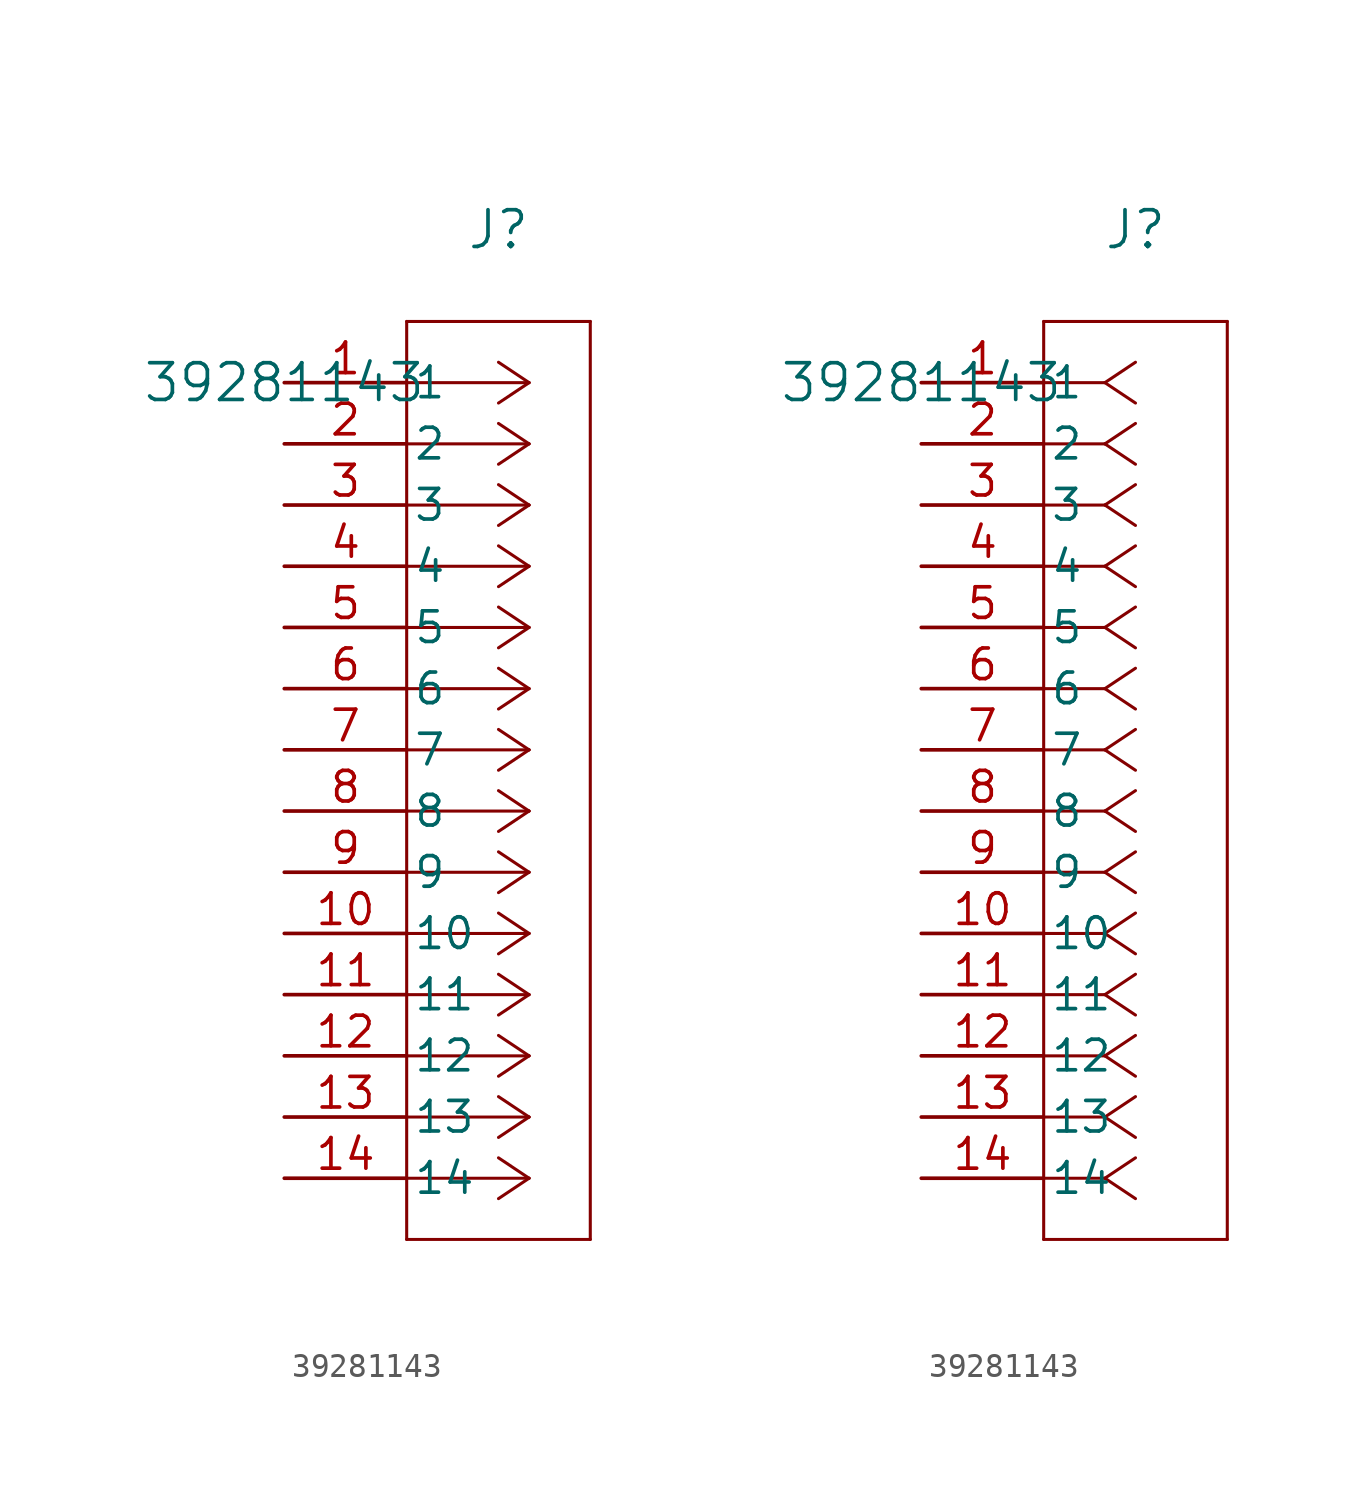
<source format=kicad_sym>
(kicad_symbol_lib
  (version 20211014)
  (generator kicad_symbol_editor)
  (symbol "39281143"
    (pin_names
      (offset 0.254))
    (property "Reference" "J"
      (at 8.89 6.35 0)
      (effects (font (size 1.524 1.524))))
    (property "Value" "39281143"
      (at 0 0 0)
      (effects (font (size 1.524 1.524))))
    (symbol "39281143_1_1"
      (polyline (pts (xy 10.16 0) (xy 5.08 0)) (stroke (width 0.127) (type default) (color 0 0 0 0)) (fill (type none)))
      (polyline (pts (xy 10.16 -2.54) (xy 5.08 -2.54)) (stroke (width 0.127) (type default) (color 0 0 0 0)) (fill (type none)))
      (polyline (pts (xy 10.16 -5.08) (xy 5.08 -5.08)) (stroke (width 0.127) (type default) (color 0 0 0 0)) (fill (type none)))
      (polyline (pts (xy 10.16 -7.62) (xy 5.08 -7.62)) (stroke (width 0.127) (type default) (color 0 0 0 0)) (fill (type none)))
      (polyline (pts (xy 10.16 -10.16) (xy 5.08 -10.16)) (stroke (width 0.127) (type default) (color 0 0 0 0)) (fill (type none)))
      (polyline (pts (xy 10.16 -12.7) (xy 5.08 -12.7)) (stroke (width 0.127) (type default) (color 0 0 0 0)) (fill (type none)))
      (polyline (pts (xy 10.16 -15.24) (xy 5.08 -15.24)) (stroke (width 0.127) (type default) (color 0 0 0 0)) (fill (type none)))
      (polyline (pts (xy 10.16 -17.78) (xy 5.08 -17.78)) (stroke (width 0.127) (type default) (color 0 0 0 0)) (fill (type none)))
      (polyline (pts (xy 10.16 -20.32) (xy 5.08 -20.32)) (stroke (width 0.127) (type default) (color 0 0 0 0)) (fill (type none)))
      (polyline (pts (xy 10.16 -22.86) (xy 5.08 -22.86)) (stroke (width 0.127) (type default) (color 0 0 0 0)) (fill (type none)))
      (polyline (pts (xy 10.16 -25.4) (xy 5.08 -25.4)) (stroke (width 0.127) (type default) (color 0 0 0 0)) (fill (type none)))
      (polyline (pts (xy 10.16 -27.94) (xy 5.08 -27.94)) (stroke (width 0.127) (type default) (color 0 0 0 0)) (fill (type none)))
      (polyline (pts (xy 10.16 -30.48) (xy 5.08 -30.48)) (stroke (width 0.127) (type default) (color 0 0 0 0)) (fill (type none)))
      (polyline (pts (xy 10.16 -33.02) (xy 5.08 -33.02)) (stroke (width 0.127) (type default) (color 0 0 0 0)) (fill (type none)))
      (polyline (pts (xy 10.16 0) (xy 8.89 0.847)) (stroke (width 0.127) (type default) (color 0 0 0 0)) (fill (type none)))
      (polyline (pts (xy 10.16 -2.54) (xy 8.89 -1.693)) (stroke (width 0.127) (type default) (color 0 0 0 0)) (fill (type none)))
      (polyline (pts (xy 10.16 -5.08) (xy 8.89 -4.233)) (stroke (width 0.127) (type default) (color 0 0 0 0)) (fill (type none)))
      (polyline (pts (xy 10.16 -7.62) (xy 8.89 -6.773)) (stroke (width 0.127) (type default) (color 0 0 0 0)) (fill (type none)))
      (polyline (pts (xy 10.16 -10.16) (xy 8.89 -9.313)) (stroke (width 0.127) (type default) (color 0 0 0 0)) (fill (type none)))
      (polyline (pts (xy 10.16 -12.7) (xy 8.89 -11.853)) (stroke (width 0.127) (type default) (color 0 0 0 0)) (fill (type none)))
      (polyline (pts (xy 10.16 -15.24) (xy 8.89 -14.393)) (stroke (width 0.127) (type default) (color 0 0 0 0)) (fill (type none)))
      (polyline (pts (xy 10.16 -17.78) (xy 8.89 -16.933)) (stroke (width 0.127) (type default) (color 0 0 0 0)) (fill (type none)))
      (polyline (pts (xy 10.16 -20.32) (xy 8.89 -19.473)) (stroke (width 0.127) (type default) (color 0 0 0 0)) (fill (type none)))
      (polyline (pts (xy 10.16 -22.86) (xy 8.89 -22.013)) (stroke (width 0.127) (type default) (color 0 0 0 0)) (fill (type none)))
      (polyline (pts (xy 10.16 -25.4) (xy 8.89 -24.553)) (stroke (width 0.127) (type default) (color 0 0 0 0)) (fill (type none)))
      (polyline (pts (xy 10.16 -27.94) (xy 8.89 -27.093)) (stroke (width 0.127) (type default) (color 0 0 0 0)) (fill (type none)))
      (polyline (pts (xy 10.16 -30.48) (xy 8.89 -29.633)) (stroke (width 0.127) (type default) (color 0 0 0 0)) (fill (type none)))
      (polyline (pts (xy 10.16 -33.02) (xy 8.89 -32.173)) (stroke (width 0.127) (type default) (color 0 0 0 0)) (fill (type none)))
      (polyline (pts (xy 10.16 0) (xy 8.89 -0.847)) (stroke (width 0.127) (type default) (color 0 0 0 0)) (fill (type none)))
      (polyline (pts (xy 10.16 -2.54) (xy 8.89 -3.387)) (stroke (width 0.127) (type default) (color 0 0 0 0)) (fill (type none)))
      (polyline (pts (xy 10.16 -5.08) (xy 8.89 -5.927)) (stroke (width 0.127) (type default) (color 0 0 0 0)) (fill (type none)))
      (polyline (pts (xy 10.16 -7.62) (xy 8.89 -8.467)) (stroke (width 0.127) (type default) (color 0 0 0 0)) (fill (type none)))
      (polyline (pts (xy 10.16 -10.16) (xy 8.89 -11.007)) (stroke (width 0.127) (type default) (color 0 0 0 0)) (fill (type none)))
      (polyline (pts (xy 10.16 -12.7) (xy 8.89 -13.547)) (stroke (width 0.127) (type default) (color 0 0 0 0)) (fill (type none)))
      (polyline (pts (xy 10.16 -15.24) (xy 8.89 -16.087)) (stroke (width 0.127) (type default) (color 0 0 0 0)) (fill (type none)))
      (polyline (pts (xy 10.16 -17.78) (xy 8.89 -18.627)) (stroke (width 0.127) (type default) (color 0 0 0 0)) (fill (type none)))
      (polyline (pts (xy 10.16 -20.32) (xy 8.89 -21.167)) (stroke (width 0.127) (type default) (color 0 0 0 0)) (fill (type none)))
      (polyline (pts (xy 10.16 -22.86) (xy 8.89 -23.707)) (stroke (width 0.127) (type default) (color 0 0 0 0)) (fill (type none)))
      (polyline (pts (xy 10.16 -25.4) (xy 8.89 -26.247)) (stroke (width 0.127) (type default) (color 0 0 0 0)) (fill (type none)))
      (polyline (pts (xy 10.16 -27.94) (xy 8.89 -28.787)) (stroke (width 0.127) (type default) (color 0 0 0 0)) (fill (type none)))
      (polyline (pts (xy 10.16 -30.48) (xy 8.89 -31.327)) (stroke (width 0.127) (type default) (color 0 0 0 0)) (fill (type none)))
      (polyline (pts (xy 10.16 -33.02) (xy 8.89 -33.867)) (stroke (width 0.127) (type default) (color 0 0 0 0)) (fill (type none)))
      (polyline (pts (xy 5.08 2.54) (xy 5.08 -35.56)) (stroke (width 0.127) (type default) (color 0 0 0 0)) (fill (type none)))
      (polyline (pts (xy 5.08 -35.56) (xy 12.7 -35.56)) (stroke (width 0.127) (type default) (color 0 0 0 0)) (fill (type none)))
      (polyline (pts (xy 12.7 -35.56) (xy 12.7 2.54)) (stroke (width 0.127) (type default) (color 0 0 0 0)) (fill (type none)))
      (polyline (pts (xy 12.7 2.54) (xy 5.08 2.54)) (stroke (width 0.127) (type default) (color 0 0 0 0)) (fill (type none)))
      (pin unspecified line (at 0 0 0) (length 5.08) (name "1" (effects (font (size 1.27 1.27)))) (number "1" (effects (font (size 1.27 1.27)))))
      (pin unspecified line (at 0 -2.54 0) (length 5.08) (name "2" (effects (font (size 1.27 1.27)))) (number "2" (effects (font (size 1.27 1.27)))))
      (pin unspecified line (at 0 -5.08 0) (length 5.08) (name "3" (effects (font (size 1.27 1.27)))) (number "3" (effects (font (size 1.27 1.27)))))
      (pin unspecified line (at 0 -7.62 0) (length 5.08) (name "4" (effects (font (size 1.27 1.27)))) (number "4" (effects (font (size 1.27 1.27)))))
      (pin unspecified line (at 0 -10.16 0) (length 5.08) (name "5" (effects (font (size 1.27 1.27)))) (number "5" (effects (font (size 1.27 1.27)))))
      (pin unspecified line (at 0 -12.7 0) (length 5.08) (name "6" (effects (font (size 1.27 1.27)))) (number "6" (effects (font (size 1.27 1.27)))))
      (pin unspecified line (at 0 -15.24 0) (length 5.08) (name "7" (effects (font (size 1.27 1.27)))) (number "7" (effects (font (size 1.27 1.27)))))
      (pin unspecified line (at 0 -17.78 0) (length 5.08) (name "8" (effects (font (size 1.27 1.27)))) (number "8" (effects (font (size 1.27 1.27)))))
      (pin unspecified line (at 0 -20.32 0) (length 5.08) (name "9" (effects (font (size 1.27 1.27)))) (number "9" (effects (font (size 1.27 1.27)))))
      (pin unspecified line (at 0 -22.86 0) (length 5.08) (name "10" (effects (font (size 1.27 1.27)))) (number "10" (effects (font (size 1.27 1.27)))))
      (pin unspecified line (at 0 -25.4 0) (length 5.08) (name "11" (effects (font (size 1.27 1.27)))) (number "11" (effects (font (size 1.27 1.27)))))
      (pin unspecified line (at 0 -27.94 0) (length 5.08) (name "12" (effects (font (size 1.27 1.27)))) (number "12" (effects (font (size 1.27 1.27)))))
      (pin unspecified line (at 0 -30.48 0) (length 5.08) (name "13" (effects (font (size 1.27 1.27)))) (number "13" (effects (font (size 1.27 1.27)))))
      (pin unspecified line (at 0 -33.02 0) (length 5.08) (name "14" (effects (font (size 1.27 1.27)))) (number "14" (effects (font (size 1.27 1.27))))))
    (symbol "39281143_1_2"
      (polyline (pts (xy 7.62 0) (xy 5.08 0)) (stroke (width 0.127) (type default) (color 0 0 0 0)) (fill (type none)))
      (polyline (pts (xy 7.62 -2.54) (xy 5.08 -2.54)) (stroke (width 0.127) (type default) (color 0 0 0 0)) (fill (type none)))
      (polyline (pts (xy 7.62 -5.08) (xy 5.08 -5.08)) (stroke (width 0.127) (type default) (color 0 0 0 0)) (fill (type none)))
      (polyline (pts (xy 7.62 -7.62) (xy 5.08 -7.62)) (stroke (width 0.127) (type default) (color 0 0 0 0)) (fill (type none)))
      (polyline (pts (xy 7.62 -10.16) (xy 5.08 -10.16)) (stroke (width 0.127) (type default) (color 0 0 0 0)) (fill (type none)))
      (polyline (pts (xy 7.62 -12.7) (xy 5.08 -12.7)) (stroke (width 0.127) (type default) (color 0 0 0 0)) (fill (type none)))
      (polyline (pts (xy 7.62 -15.24) (xy 5.08 -15.24)) (stroke (width 0.127) (type default) (color 0 0 0 0)) (fill (type none)))
      (polyline (pts (xy 7.62 -17.78) (xy 5.08 -17.78)) (stroke (width 0.127) (type default) (color 0 0 0 0)) (fill (type none)))
      (polyline (pts (xy 7.62 -20.32) (xy 5.08 -20.32)) (stroke (width 0.127) (type default) (color 0 0 0 0)) (fill (type none)))
      (polyline (pts (xy 7.62 -22.86) (xy 5.08 -22.86)) (stroke (width 0.127) (type default) (color 0 0 0 0)) (fill (type none)))
      (polyline (pts (xy 7.62 -25.4) (xy 5.08 -25.4)) (stroke (width 0.127) (type default) (color 0 0 0 0)) (fill (type none)))
      (polyline (pts (xy 7.62 -27.94) (xy 5.08 -27.94)) (stroke (width 0.127) (type default) (color 0 0 0 0)) (fill (type none)))
      (polyline (pts (xy 7.62 -30.48) (xy 5.08 -30.48)) (stroke (width 0.127) (type default) (color 0 0 0 0)) (fill (type none)))
      (polyline (pts (xy 7.62 -33.02) (xy 5.08 -33.02)) (stroke (width 0.127) (type default) (color 0 0 0 0)) (fill (type none)))
      (polyline (pts (xy 7.62 0) (xy 8.89 0.847)) (stroke (width 0.127) (type default) (color 0 0 0 0)) (fill (type none)))
      (polyline (pts (xy 7.62 -2.54) (xy 8.89 -1.693)) (stroke (width 0.127) (type default) (color 0 0 0 0)) (fill (type none)))
      (polyline (pts (xy 7.62 -5.08) (xy 8.89 -4.233)) (stroke (width 0.127) (type default) (color 0 0 0 0)) (fill (type none)))
      (polyline (pts (xy 7.62 -7.62) (xy 8.89 -6.773)) (stroke (width 0.127) (type default) (color 0 0 0 0)) (fill (type none)))
      (polyline (pts (xy 7.62 -10.16) (xy 8.89 -9.313)) (stroke (width 0.127) (type default) (color 0 0 0 0)) (fill (type none)))
      (polyline (pts (xy 7.62 -12.7) (xy 8.89 -11.853)) (stroke (width 0.127) (type default) (color 0 0 0 0)) (fill (type none)))
      (polyline (pts (xy 7.62 -15.24) (xy 8.89 -14.393)) (stroke (width 0.127) (type default) (color 0 0 0 0)) (fill (type none)))
      (polyline (pts (xy 7.62 -17.78) (xy 8.89 -16.933)) (stroke (width 0.127) (type default) (color 0 0 0 0)) (fill (type none)))
      (polyline (pts (xy 7.62 -20.32) (xy 8.89 -19.473)) (stroke (width 0.127) (type default) (color 0 0 0 0)) (fill (type none)))
      (polyline (pts (xy 7.62 -22.86) (xy 8.89 -22.013)) (stroke (width 0.127) (type default) (color 0 0 0 0)) (fill (type none)))
      (polyline (pts (xy 7.62 -25.4) (xy 8.89 -24.553)) (stroke (width 0.127) (type default) (color 0 0 0 0)) (fill (type none)))
      (polyline (pts (xy 7.62 -27.94) (xy 8.89 -27.093)) (stroke (width 0.127) (type default) (color 0 0 0 0)) (fill (type none)))
      (polyline (pts (xy 7.62 -30.48) (xy 8.89 -29.633)) (stroke (width 0.127) (type default) (color 0 0 0 0)) (fill (type none)))
      (polyline (pts (xy 7.62 -33.02) (xy 8.89 -32.173)) (stroke (width 0.127) (type default) (color 0 0 0 0)) (fill (type none)))
      (polyline (pts (xy 7.62 0) (xy 8.89 -0.847)) (stroke (width 0.127) (type default) (color 0 0 0 0)) (fill (type none)))
      (polyline (pts (xy 7.62 -2.54) (xy 8.89 -3.387)) (stroke (width 0.127) (type default) (color 0 0 0 0)) (fill (type none)))
      (polyline (pts (xy 7.62 -5.08) (xy 8.89 -5.927)) (stroke (width 0.127) (type default) (color 0 0 0 0)) (fill (type none)))
      (polyline (pts (xy 7.62 -7.62) (xy 8.89 -8.467)) (stroke (width 0.127) (type default) (color 0 0 0 0)) (fill (type none)))
      (polyline (pts (xy 7.62 -10.16) (xy 8.89 -11.007)) (stroke (width 0.127) (type default) (color 0 0 0 0)) (fill (type none)))
      (polyline (pts (xy 7.62 -12.7) (xy 8.89 -13.547)) (stroke (width 0.127) (type default) (color 0 0 0 0)) (fill (type none)))
      (polyline (pts (xy 7.62 -15.24) (xy 8.89 -16.087)) (stroke (width 0.127) (type default) (color 0 0 0 0)) (fill (type none)))
      (polyline (pts (xy 7.62 -17.78) (xy 8.89 -18.627)) (stroke (width 0.127) (type default) (color 0 0 0 0)) (fill (type none)))
      (polyline (pts (xy 7.62 -20.32) (xy 8.89 -21.167)) (stroke (width 0.127) (type default) (color 0 0 0 0)) (fill (type none)))
      (polyline (pts (xy 7.62 -22.86) (xy 8.89 -23.707)) (stroke (width 0.127) (type default) (color 0 0 0 0)) (fill (type none)))
      (polyline (pts (xy 7.62 -25.4) (xy 8.89 -26.247)) (stroke (width 0.127) (type default) (color 0 0 0 0)) (fill (type none)))
      (polyline (pts (xy 7.62 -27.94) (xy 8.89 -28.787)) (stroke (width 0.127) (type default) (color 0 0 0 0)) (fill (type none)))
      (polyline (pts (xy 7.62 -30.48) (xy 8.89 -31.327)) (stroke (width 0.127) (type default) (color 0 0 0 0)) (fill (type none)))
      (polyline (pts (xy 7.62 -33.02) (xy 8.89 -33.867)) (stroke (width 0.127) (type default) (color 0 0 0 0)) (fill (type none)))
      (polyline (pts (xy 5.08 2.54) (xy 5.08 -35.56)) (stroke (width 0.127) (type default) (color 0 0 0 0)) (fill (type none)))
      (polyline (pts (xy 5.08 -35.56) (xy 12.7 -35.56)) (stroke (width 0.127) (type default) (color 0 0 0 0)) (fill (type none)))
      (polyline (pts (xy 12.7 -35.56) (xy 12.7 2.54)) (stroke (width 0.127) (type default) (color 0 0 0 0)) (fill (type none)))
      (polyline (pts (xy 12.7 2.54) (xy 5.08 2.54)) (stroke (width 0.127) (type default) (color 0 0 0 0)) (fill (type none)))
      (pin unspecified line (at 0 0 0) (length 5.08) (name "1" (effects (font (size 1.27 1.27)))) (number "1" (effects (font (size 1.27 1.27)))))
      (pin unspecified line (at 0 -2.54 0) (length 5.08) (name "2" (effects (font (size 1.27 1.27)))) (number "2" (effects (font (size 1.27 1.27)))))
      (pin unspecified line (at 0 -5.08 0) (length 5.08) (name "3" (effects (font (size 1.27 1.27)))) (number "3" (effects (font (size 1.27 1.27)))))
      (pin unspecified line (at 0 -7.62 0) (length 5.08) (name "4" (effects (font (size 1.27 1.27)))) (number "4" (effects (font (size 1.27 1.27)))))
      (pin unspecified line (at 0 -10.16 0) (length 5.08) (name "5" (effects (font (size 1.27 1.27)))) (number "5" (effects (font (size 1.27 1.27)))))
      (pin unspecified line (at 0 -12.7 0) (length 5.08) (name "6" (effects (font (size 1.27 1.27)))) (number "6" (effects (font (size 1.27 1.27)))))
      (pin unspecified line (at 0 -15.24 0) (length 5.08) (name "7" (effects (font (size 1.27 1.27)))) (number "7" (effects (font (size 1.27 1.27)))))
      (pin unspecified line (at 0 -17.78 0) (length 5.08) (name "8" (effects (font (size 1.27 1.27)))) (number "8" (effects (font (size 1.27 1.27)))))
      (pin unspecified line (at 0 -20.32 0) (length 5.08) (name "9" (effects (font (size 1.27 1.27)))) (number "9" (effects (font (size 1.27 1.27)))))
      (pin unspecified line (at 0 -22.86 0) (length 5.08) (name "10" (effects (font (size 1.27 1.27)))) (number "10" (effects (font (size 1.27 1.27)))))
      (pin unspecified line (at 0 -25.4 0) (length 5.08) (name "11" (effects (font (size 1.27 1.27)))) (number "11" (effects (font (size 1.27 1.27)))))
      (pin unspecified line (at 0 -27.94 0) (length 5.08) (name "12" (effects (font (size 1.27 1.27)))) (number "12" (effects (font (size 1.27 1.27)))))
      (pin unspecified line (at 0 -30.48 0) (length 5.08) (name "13" (effects (font (size 1.27 1.27)))) (number "13" (effects (font (size 1.27 1.27)))))
      (pin unspecified line (at 0 -33.02 0) (length 5.08) (name "14" (effects (font (size 1.27 1.27)))) (number "14" (effects (font (size 1.27 1.27))))))))
</source>
